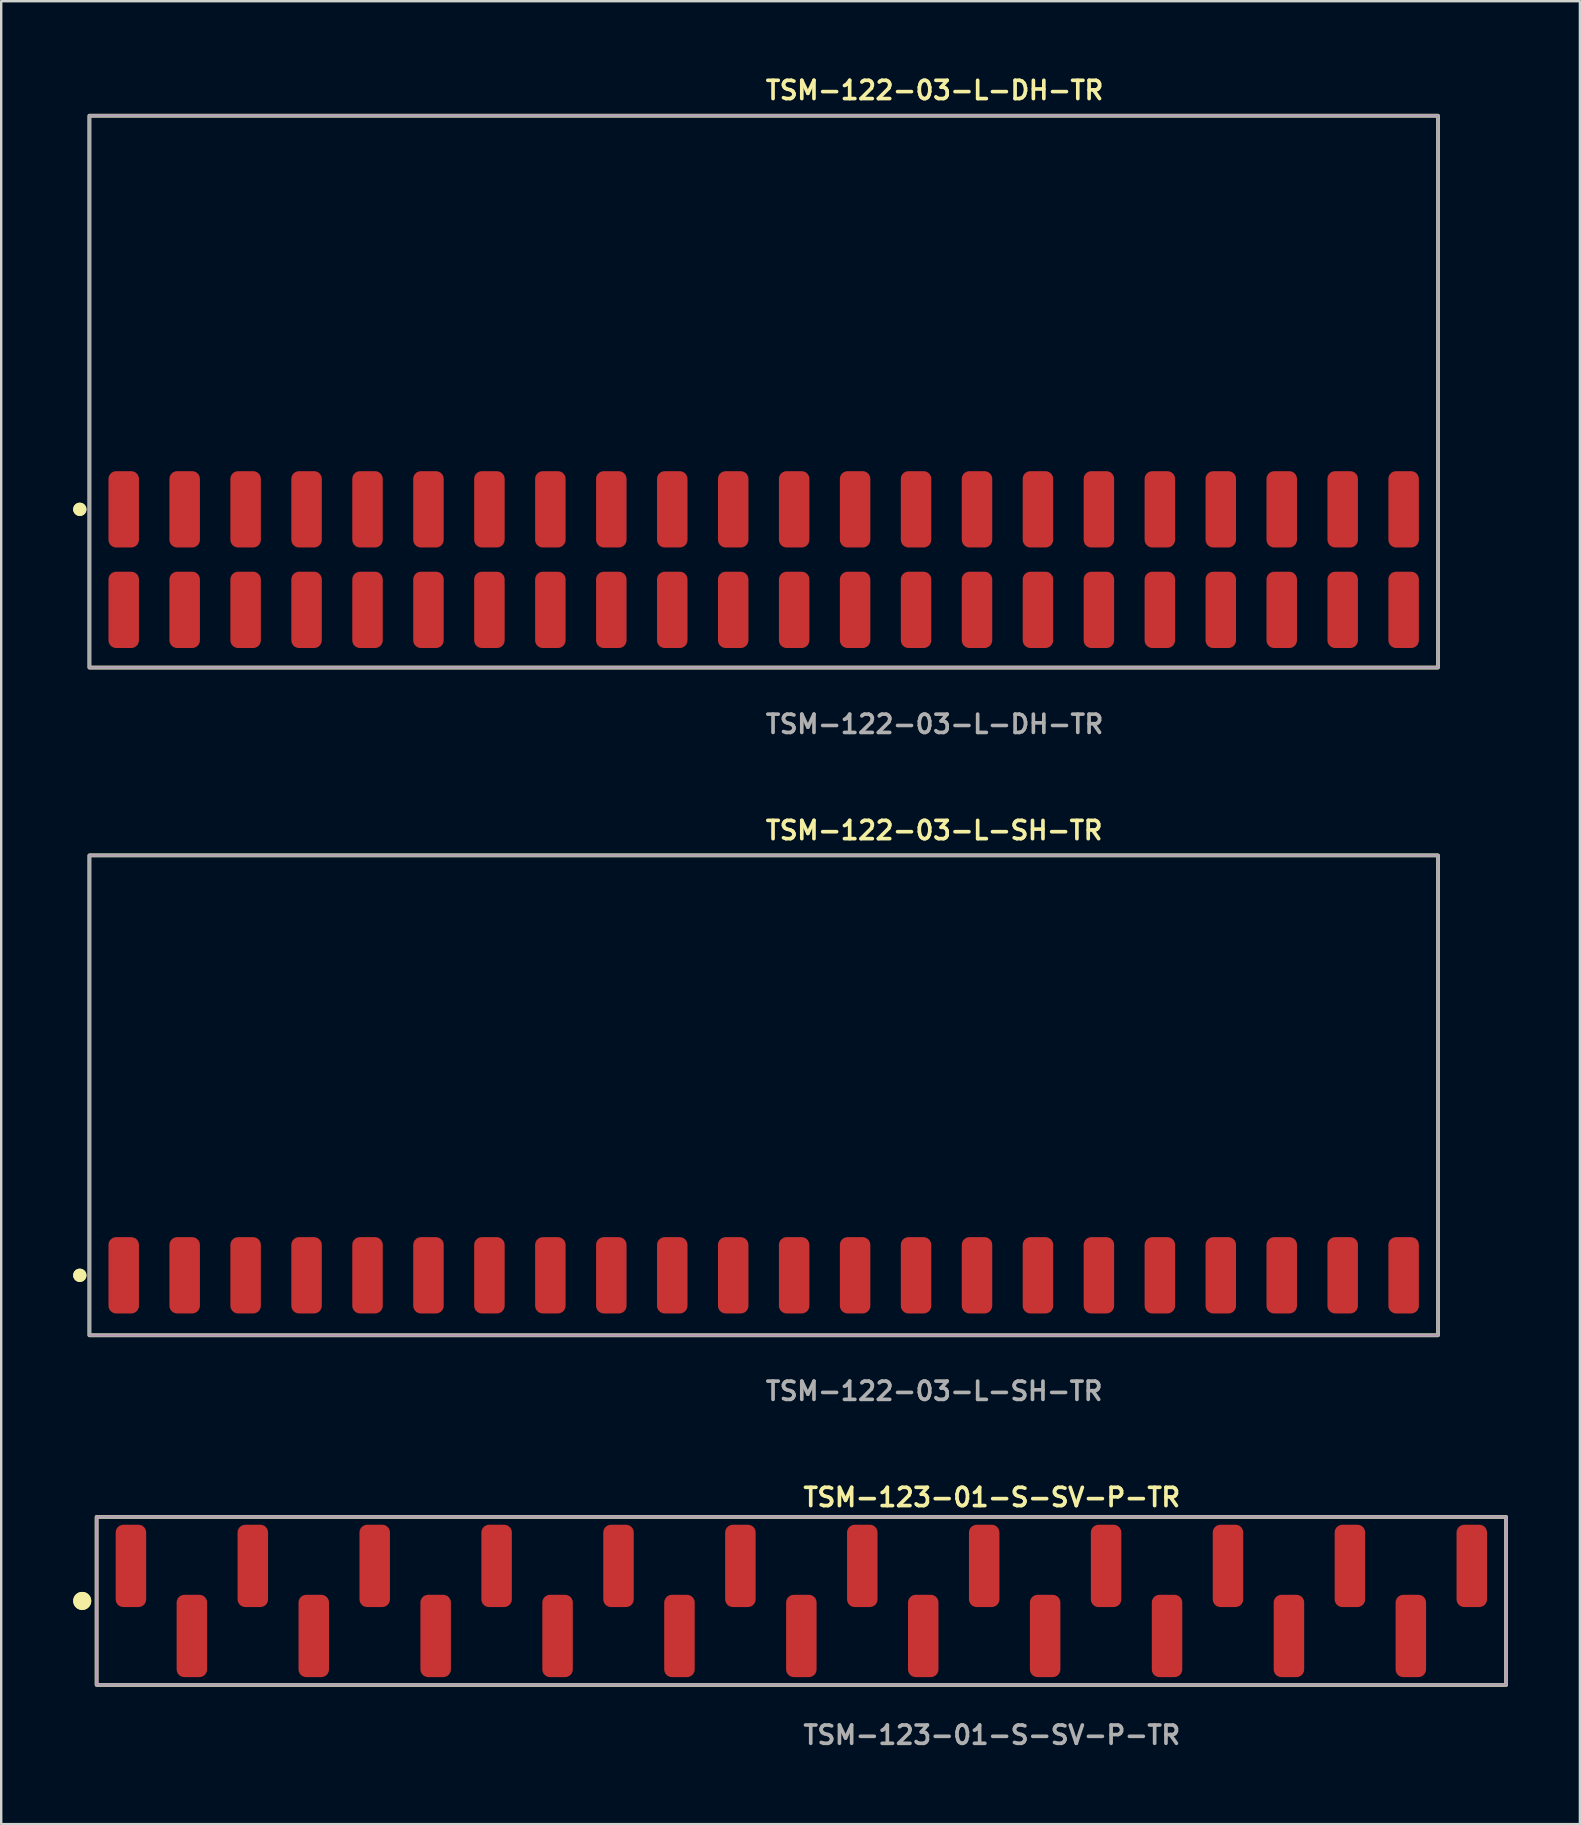
<source format=kicad_pcb>
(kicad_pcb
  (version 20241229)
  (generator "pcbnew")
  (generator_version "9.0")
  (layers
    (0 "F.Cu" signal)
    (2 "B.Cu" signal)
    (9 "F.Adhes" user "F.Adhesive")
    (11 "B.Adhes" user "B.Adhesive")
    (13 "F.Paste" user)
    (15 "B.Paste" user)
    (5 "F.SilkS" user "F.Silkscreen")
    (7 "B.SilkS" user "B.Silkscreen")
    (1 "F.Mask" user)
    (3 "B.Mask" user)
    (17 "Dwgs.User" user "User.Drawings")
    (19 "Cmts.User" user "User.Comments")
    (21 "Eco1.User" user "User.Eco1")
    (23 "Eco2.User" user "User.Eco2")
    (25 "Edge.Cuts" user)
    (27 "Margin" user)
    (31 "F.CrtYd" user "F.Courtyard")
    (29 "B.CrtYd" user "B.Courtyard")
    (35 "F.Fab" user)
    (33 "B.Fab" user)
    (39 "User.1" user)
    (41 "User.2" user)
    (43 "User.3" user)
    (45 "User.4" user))
  (footprint "TSM-123-01-S-SV-P-TR"
    (layer "F.Cu")
    (at 30.346 63.668)
    (property "Reference" "TSM-123-01-S-SV-P-TR" (at 0 -4.318 0) (unlocked yes) (layer "F.SilkS") (effects (font (size 0.762 0.762) (thickness 0.152)) (justify left)))
    (fp_rect (start -29.37 3.5) (end 29.37 -3.5) (stroke (width 0.152) (type solid)) (fill no) (layer "F.SilkS"))
    (fp_circle (center -29.97 0) (end -30.27 0) (stroke (width 0.152) (type solid)) (fill yes) (layer "F.SilkS"))
    (fp_circle (center -29.97 0) (end -30.27 0) (stroke (width 0.152) (type solid)) (fill yes) (layer "F.SilkS"))
    (fp_rect (start -29.37 3.5) (end 29.37 -3.5) (stroke (width 0.006) (type solid)) (fill no) (layer "F.CrtYd"))
    (fp_rect (start -29.37 3.5) (end 29.37 -3.5) (stroke (width 0.152) (type solid)) (fill no) (layer "F.Fab"))
    (fp_text user "${REFERENCE}" (at 0 5.588 0) (unlocked yes) (layer "F.Fab") (effects (font (size 0.762 0.762) (thickness 0.152)) (justify left)))
    (pad "1" smd roundrect (at -27.94 -1.46) (size 1.27 3.43) (layers "F.Cu" "F.Paste") (roundrect_rratio 0.25))
    (pad "2" smd roundrect (at -25.4 1.46) (size 1.27 3.43) (layers "F.Cu" "F.Paste") (roundrect_rratio 0.25))
    (pad "3" smd roundrect (at -22.86 -1.46) (size 1.27 3.43) (layers "F.Cu" "F.Paste") (roundrect_rratio 0.25))
    (pad "4" smd roundrect (at -20.32 1.46) (size 1.27 3.43) (layers "F.Cu" "F.Paste") (roundrect_rratio 0.25))
    (pad "5" smd roundrect (at -17.78 -1.46) (size 1.27 3.43) (layers "F.Cu" "F.Paste") (roundrect_rratio 0.25))
    (pad "6" smd roundrect (at -15.24 1.46) (size 1.27 3.43) (layers "F.Cu" "F.Paste") (roundrect_rratio 0.25))
    (pad "7" smd roundrect (at -12.7 -1.46) (size 1.27 3.43) (layers "F.Cu" "F.Paste") (roundrect_rratio 0.25))
    (pad "8" smd roundrect (at -10.16 1.46) (size 1.27 3.43) (layers "F.Cu" "F.Paste") (roundrect_rratio 0.25))
    (pad "9" smd roundrect (at -7.62 -1.46) (size 1.27 3.43) (layers "F.Cu" "F.Paste") (roundrect_rratio 0.25))
    (pad "10" smd roundrect (at -5.08 1.46) (size 1.27 3.43) (layers "F.Cu" "F.Paste") (roundrect_rratio 0.25))
    (pad "11" smd roundrect (at -2.54 -1.46) (size 1.27 3.43) (layers "F.Cu" "F.Paste") (roundrect_rratio 0.25))
    (pad "12" smd roundrect (at 0 1.46) (size 1.27 3.43) (layers "F.Cu" "F.Paste") (roundrect_rratio 0.25))
    (pad "13" smd roundrect (at 2.54 -1.46) (size 1.27 3.43) (layers "F.Cu" "F.Paste") (roundrect_rratio 0.25))
    (pad "14" smd roundrect (at 5.08 1.46) (size 1.27 3.43) (layers "F.Cu" "F.Paste") (roundrect_rratio 0.25))
    (pad "15" smd roundrect (at 7.62 -1.46) (size 1.27 3.43) (layers "F.Cu" "F.Paste") (roundrect_rratio 0.25))
    (pad "16" smd roundrect (at 10.16 1.46) (size 1.27 3.43) (layers "F.Cu" "F.Paste") (roundrect_rratio 0.25))
    (pad "17" smd roundrect (at 12.7 -1.46) (size 1.27 3.43) (layers "F.Cu" "F.Paste") (roundrect_rratio 0.25))
    (pad "18" smd roundrect (at 15.24 1.46) (size 1.27 3.43) (layers "F.Cu" "F.Paste") (roundrect_rratio 0.25))
    (pad "19" smd roundrect (at 17.78 -1.46) (size 1.27 3.43) (layers "F.Cu" "F.Paste") (roundrect_rratio 0.25))
    (pad "20" smd roundrect (at 20.32 1.46) (size 1.27 3.43) (layers "F.Cu" "F.Paste") (roundrect_rratio 0.25))
    (pad "21" smd roundrect (at 22.86 -1.46) (size 1.27 3.43) (layers "F.Cu" "F.Paste") (roundrect_rratio 0.25))
    (pad "22" smd roundrect (at 25.4 1.46) (size 1.27 3.43) (layers "F.Cu" "F.Paste") (roundrect_rratio 0.25))
    (pad "23" smd roundrect (at 27.94 -1.46) (size 1.27 3.43) (layers "F.Cu" "F.Paste") (roundrect_rratio 0.25)))
  (footprint "TSM-122-03-L-DH-TR"
    (layer "F.Cu")
    (at 28.776 20.271)
    (property "Reference" "TSM-122-03-L-DH-TR" (at 0 -19.558 0) (unlocked yes) (layer "F.SilkS") (effects (font (size 0.762 0.762) (thickness 0.152)) (justify left)))
    (fp_rect (start -28.1 4.5) (end 28.1 -18.5) (stroke (width 0.152) (type solid)) (fill no) (layer "F.SilkS"))
    (fp_circle (center -28.5 -2.095) (end -28.7 -2.095) (stroke (width 0.152) (type solid)) (fill yes) (layer "F.SilkS"))
    (fp_circle (center -28.5 -2.095) (end -28.7 -2.095) (stroke (width 0.152) (type solid)) (fill yes) (layer "F.SilkS"))
    (fp_rect (start -28.1 4.5) (end 28.1 -18.5) (stroke (width 0.006) (type solid)) (fill no) (layer "F.CrtYd"))
    (fp_rect (start -28.1 4.5) (end 28.1 -18.5) (stroke (width 0.152) (type solid)) (fill no) (layer "F.Fab"))
    (fp_text user "${REFERENCE}" (at 0 6.858 0) (unlocked yes) (layer "F.Fab") (effects (font (size 0.762 0.762) (thickness 0.152)) (justify left)))
    (pad "1" smd roundrect (at -26.67 2.095) (size 1.27 3.18) (layers "F.Cu" "F.Paste") (roundrect_rratio 0.25))
    (pad "2" smd roundrect (at -26.67 -2.095) (size 1.27 3.18) (layers "F.Cu" "F.Paste") (roundrect_rratio 0.25))
    (pad "3" smd roundrect (at -24.13 2.095) (size 1.27 3.18) (layers "F.Cu" "F.Paste") (roundrect_rratio 0.25))
    (pad "4" smd roundrect (at -24.13 -2.095) (size 1.27 3.18) (layers "F.Cu" "F.Paste") (roundrect_rratio 0.25))
    (pad "5" smd roundrect (at -21.59 2.095) (size 1.27 3.18) (layers "F.Cu" "F.Paste") (roundrect_rratio 0.25))
    (pad "6" smd roundrect (at -21.59 -2.095) (size 1.27 3.18) (layers "F.Cu" "F.Paste") (roundrect_rratio 0.25))
    (pad "7" smd roundrect (at -19.05 2.095) (size 1.27 3.18) (layers "F.Cu" "F.Paste") (roundrect_rratio 0.25))
    (pad "8" smd roundrect (at -19.05 -2.095) (size 1.27 3.18) (layers "F.Cu" "F.Paste") (roundrect_rratio 0.25))
    (pad "9" smd roundrect (at -16.51 2.095) (size 1.27 3.18) (layers "F.Cu" "F.Paste") (roundrect_rratio 0.25))
    (pad "10" smd roundrect (at -16.51 -2.095) (size 1.27 3.18) (layers "F.Cu" "F.Paste") (roundrect_rratio 0.25))
    (pad "11" smd roundrect (at -13.97 2.095) (size 1.27 3.18) (layers "F.Cu" "F.Paste") (roundrect_rratio 0.25))
    (pad "12" smd roundrect (at -13.97 -2.095) (size 1.27 3.18) (layers "F.Cu" "F.Paste") (roundrect_rratio 0.25))
    (pad "13" smd roundrect (at -11.43 2.095) (size 1.27 3.18) (layers "F.Cu" "F.Paste") (roundrect_rratio 0.25))
    (pad "14" smd roundrect (at -11.43 -2.095) (size 1.27 3.18) (layers "F.Cu" "F.Paste") (roundrect_rratio 0.25))
    (pad "15" smd roundrect (at -8.89 2.095) (size 1.27 3.18) (layers "F.Cu" "F.Paste") (roundrect_rratio 0.25))
    (pad "16" smd roundrect (at -8.89 -2.095) (size 1.27 3.18) (layers "F.Cu" "F.Paste") (roundrect_rratio 0.25))
    (pad "17" smd roundrect (at -6.35 2.095) (size 1.27 3.18) (layers "F.Cu" "F.Paste") (roundrect_rratio 0.25))
    (pad "18" smd roundrect (at -6.35 -2.095) (size 1.27 3.18) (layers "F.Cu" "F.Paste") (roundrect_rratio 0.25))
    (pad "19" smd roundrect (at -3.81 2.095) (size 1.27 3.18) (layers "F.Cu" "F.Paste") (roundrect_rratio 0.25))
    (pad "20" smd roundrect (at -3.81 -2.095) (size 1.27 3.18) (layers "F.Cu" "F.Paste") (roundrect_rratio 0.25))
    (pad "21" smd roundrect (at -1.27 2.095) (size 1.27 3.18) (layers "F.Cu" "F.Paste") (roundrect_rratio 0.25))
    (pad "22" smd roundrect (at -1.27 -2.095) (size 1.27 3.18) (layers "F.Cu" "F.Paste") (roundrect_rratio 0.25))
    (pad "23" smd roundrect (at 1.27 2.095) (size 1.27 3.18) (layers "F.Cu" "F.Paste") (roundrect_rratio 0.25))
    (pad "24" smd roundrect (at 1.27 -2.095) (size 1.27 3.18) (layers "F.Cu" "F.Paste") (roundrect_rratio 0.25))
    (pad "25" smd roundrect (at 3.81 2.095) (size 1.27 3.18) (layers "F.Cu" "F.Paste") (roundrect_rratio 0.25))
    (pad "26" smd roundrect (at 3.81 -2.095) (size 1.27 3.18) (layers "F.Cu" "F.Paste") (roundrect_rratio 0.25))
    (pad "27" smd roundrect (at 6.35 2.095) (size 1.27 3.18) (layers "F.Cu" "F.Paste") (roundrect_rratio 0.25))
    (pad "28" smd roundrect (at 6.35 -2.095) (size 1.27 3.18) (layers "F.Cu" "F.Paste") (roundrect_rratio 0.25))
    (pad "29" smd roundrect (at 8.89 2.095) (size 1.27 3.18) (layers "F.Cu" "F.Paste") (roundrect_rratio 0.25))
    (pad "30" smd roundrect (at 8.89 -2.095) (size 1.27 3.18) (layers "F.Cu" "F.Paste") (roundrect_rratio 0.25))
    (pad "31" smd roundrect (at 11.43 2.095) (size 1.27 3.18) (layers "F.Cu" "F.Paste") (roundrect_rratio 0.25))
    (pad "32" smd roundrect (at 11.43 -2.095) (size 1.27 3.18) (layers "F.Cu" "F.Paste") (roundrect_rratio 0.25))
    (pad "33" smd roundrect (at 13.97 2.095) (size 1.27 3.18) (layers "F.Cu" "F.Paste") (roundrect_rratio 0.25))
    (pad "34" smd roundrect (at 13.97 -2.095) (size 1.27 3.18) (layers "F.Cu" "F.Paste") (roundrect_rratio 0.25))
    (pad "35" smd roundrect (at 16.51 2.095) (size 1.27 3.18) (layers "F.Cu" "F.Paste") (roundrect_rratio 0.25))
    (pad "36" smd roundrect (at 16.51 -2.095) (size 1.27 3.18) (layers "F.Cu" "F.Paste") (roundrect_rratio 0.25))
    (pad "37" smd roundrect (at 19.05 2.095) (size 1.27 3.18) (layers "F.Cu" "F.Paste") (roundrect_rratio 0.25))
    (pad "38" smd roundrect (at 19.05 -2.095) (size 1.27 3.18) (layers "F.Cu" "F.Paste") (roundrect_rratio 0.25))
    (pad "39" smd roundrect (at 21.59 2.095) (size 1.27 3.18) (layers "F.Cu" "F.Paste") (roundrect_rratio 0.25))
    (pad "40" smd roundrect (at 21.59 -2.095) (size 1.27 3.18) (layers "F.Cu" "F.Paste") (roundrect_rratio 0.25))
    (pad "41" smd roundrect (at 24.13 2.095) (size 1.27 3.18) (layers "F.Cu" "F.Paste") (roundrect_rratio 0.25))
    (pad "42" smd roundrect (at 24.13 -2.095) (size 1.27 3.18) (layers "F.Cu" "F.Paste") (roundrect_rratio 0.25))
    (pad "43" smd roundrect (at 26.67 2.095) (size 1.27 3.18) (layers "F.Cu" "F.Paste") (roundrect_rratio 0.25))
    (pad "44" smd roundrect (at 26.67 -2.095) (size 1.27 3.18) (layers "F.Cu" "F.Paste") (roundrect_rratio 0.25)))
  (footprint "TSM-122-03-L-SH-TR"
    (layer "F.Cu")
    (at 28.776 50.098)
    (property "Reference" "TSM-122-03-L-SH-TR" (at 0 -18.542 0) (unlocked yes) (layer "F.SilkS") (effects (font (size 0.762 0.762) (thickness 0.152)) (justify left)))
    (fp_rect (start -28.1 2.5) (end 28.1 -17.5) (stroke (width 0.152) (type solid)) (fill no) (layer "F.SilkS"))
    (fp_circle (center -28.5 0) (end -28.7 0) (stroke (width 0.152) (type solid)) (fill yes) (layer "F.SilkS"))
    (fp_circle (center -28.5 0) (end -28.7 0) (stroke (width 0.152) (type solid)) (fill yes) (layer "F.SilkS"))
    (fp_rect (start -28.1 2.5) (end 28.1 -17.5) (stroke (width 0.006) (type solid)) (fill no) (layer "F.CrtYd"))
    (fp_rect (start -28.1 2.5) (end 28.1 -17.5) (stroke (width 0.152) (type solid)) (fill no) (layer "F.Fab"))
    (fp_text user "${REFERENCE}" (at 0 4.826 0) (unlocked yes) (layer "F.Fab") (effects (font (size 0.762 0.762) (thickness 0.152)) (justify left)))
    (pad "1" smd roundrect (at -26.67 0) (size 1.27 3.18) (layers "F.Cu" "F.Paste") (roundrect_rratio 0.25))
    (pad "2" smd roundrect (at -24.13 0) (size 1.27 3.18) (layers "F.Cu" "F.Paste") (roundrect_rratio 0.25))
    (pad "3" smd roundrect (at -21.59 0) (size 1.27 3.18) (layers "F.Cu" "F.Paste") (roundrect_rratio 0.25))
    (pad "4" smd roundrect (at -19.05 0) (size 1.27 3.18) (layers "F.Cu" "F.Paste") (roundrect_rratio 0.25))
    (pad "5" smd roundrect (at -16.51 0) (size 1.27 3.18) (layers "F.Cu" "F.Paste") (roundrect_rratio 0.25))
    (pad "6" smd roundrect (at -13.97 0) (size 1.27 3.18) (layers "F.Cu" "F.Paste") (roundrect_rratio 0.25))
    (pad "7" smd roundrect (at -11.43 0) (size 1.27 3.18) (layers "F.Cu" "F.Paste") (roundrect_rratio 0.25))
    (pad "8" smd roundrect (at -8.89 0) (size 1.27 3.18) (layers "F.Cu" "F.Paste") (roundrect_rratio 0.25))
    (pad "9" smd roundrect (at -6.35 0) (size 1.27 3.18) (layers "F.Cu" "F.Paste") (roundrect_rratio 0.25))
    (pad "10" smd roundrect (at -3.81 0) (size 1.27 3.18) (layers "F.Cu" "F.Paste") (roundrect_rratio 0.25))
    (pad "11" smd roundrect (at -1.27 0) (size 1.27 3.18) (layers "F.Cu" "F.Paste") (roundrect_rratio 0.25))
    (pad "12" smd roundrect (at 1.27 0) (size 1.27 3.18) (layers "F.Cu" "F.Paste") (roundrect_rratio 0.25))
    (pad "13" smd roundrect (at 3.81 0) (size 1.27 3.18) (layers "F.Cu" "F.Paste") (roundrect_rratio 0.25))
    (pad "14" smd roundrect (at 6.35 0) (size 1.27 3.18) (layers "F.Cu" "F.Paste") (roundrect_rratio 0.25))
    (pad "15" smd roundrect (at 8.89 0) (size 1.27 3.18) (layers "F.Cu" "F.Paste") (roundrect_rratio 0.25))
    (pad "16" smd roundrect (at 11.43 0) (size 1.27 3.18) (layers "F.Cu" "F.Paste") (roundrect_rratio 0.25))
    (pad "17" smd roundrect (at 13.97 0) (size 1.27 3.18) (layers "F.Cu" "F.Paste") (roundrect_rratio 0.25))
    (pad "18" smd roundrect (at 16.51 0) (size 1.27 3.18) (layers "F.Cu" "F.Paste") (roundrect_rratio 0.25))
    (pad "19" smd roundrect (at 19.05 0) (size 1.27 3.18) (layers "F.Cu" "F.Paste") (roundrect_rratio 0.25))
    (pad "20" smd roundrect (at 21.59 0) (size 1.27 3.18) (layers "F.Cu" "F.Paste") (roundrect_rratio 0.25))
    (pad "21" smd roundrect (at 24.13 0) (size 1.27 3.18) (layers "F.Cu" "F.Paste") (roundrect_rratio 0.25))
    (pad "22" smd roundrect (at 26.67 0) (size 1.27 3.18) (layers "F.Cu" "F.Paste") (roundrect_rratio 0.25)))
  (gr_rect
    (start -3 -3)
    (end 62.792 72.969)
    (stroke (width 0.1) (type default))
    (fill no)
    (layer "Edge.Cuts")))
</source>
